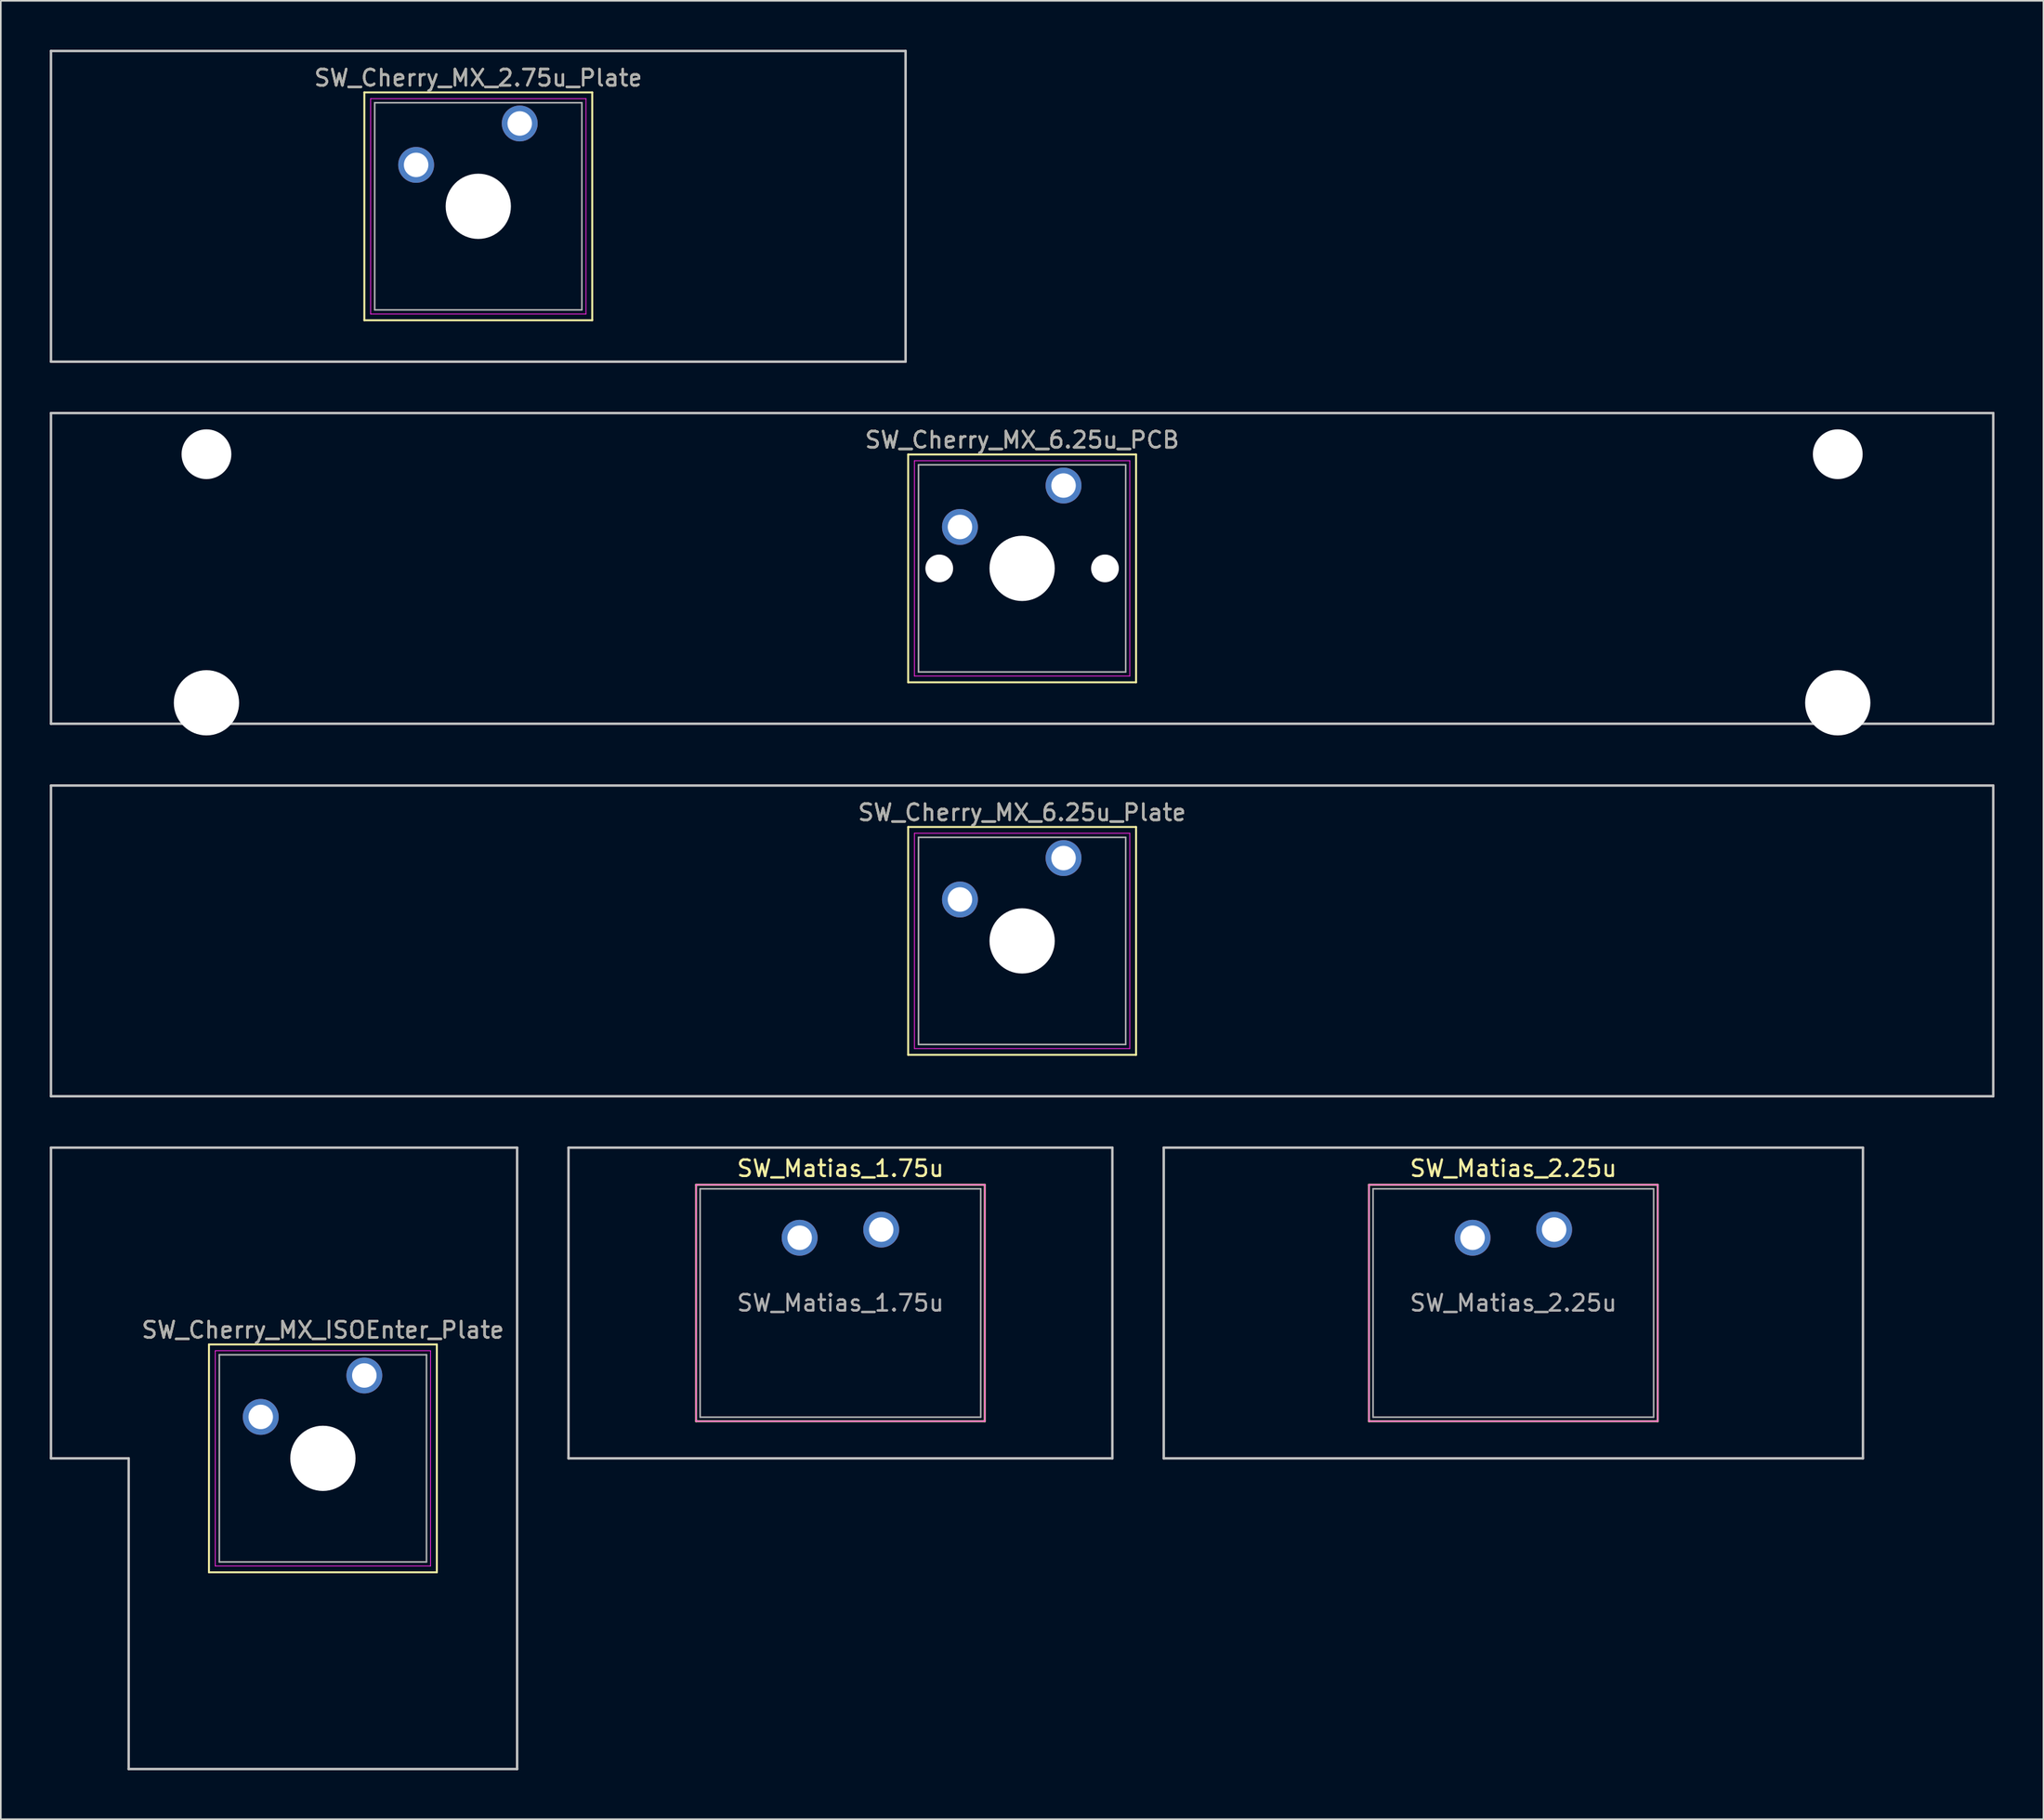
<source format=kicad_pcb>
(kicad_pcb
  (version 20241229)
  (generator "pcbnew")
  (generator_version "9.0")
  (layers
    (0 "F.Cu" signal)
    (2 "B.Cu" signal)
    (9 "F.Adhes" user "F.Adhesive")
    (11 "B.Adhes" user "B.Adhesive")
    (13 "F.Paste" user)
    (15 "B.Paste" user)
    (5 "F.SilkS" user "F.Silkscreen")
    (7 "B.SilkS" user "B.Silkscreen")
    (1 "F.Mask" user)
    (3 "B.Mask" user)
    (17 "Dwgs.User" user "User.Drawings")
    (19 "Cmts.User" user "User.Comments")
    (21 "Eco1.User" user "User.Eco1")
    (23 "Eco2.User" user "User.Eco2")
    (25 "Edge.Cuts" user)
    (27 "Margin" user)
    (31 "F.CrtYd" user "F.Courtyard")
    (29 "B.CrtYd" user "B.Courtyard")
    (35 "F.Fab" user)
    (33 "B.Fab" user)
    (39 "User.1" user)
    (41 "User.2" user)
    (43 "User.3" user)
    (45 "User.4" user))
  (footprint "SW_Cherry_MX_2.75u_Plate"
    (layer "F.Cu")
    (at 28.809 4.52)
    (property "Reference" "SW_Cherry_MX_2.75u_Plate" (at -2.54 -2.794 0) (layer "F.SilkS") (effects (font (size 1 1) (thickness 0.15))))
    (attr through_hole)
    (fp_line (start -9.525 -1.905) (end 4.445 -1.905) (stroke (width 0.12) (type solid)) (layer "F.SilkS"))
    (fp_line (start -9.525 12.065) (end -9.525 -1.905) (stroke (width 0.12) (type solid)) (layer "F.SilkS"))
    (fp_line (start 4.445 -1.905) (end 4.445 12.065) (stroke (width 0.12) (type solid)) (layer "F.SilkS"))
    (fp_line (start 4.445 12.065) (end -9.525 12.065) (stroke (width 0.12) (type solid)) (layer "F.SilkS"))
    (fp_line (start -28.734 -4.445) (end 23.654 -4.445) (stroke (width 0.15) (type solid)) (layer "Dwgs.User"))
    (fp_line (start -28.734 14.605) (end -28.734 -4.445) (stroke (width 0.15) (type solid)) (layer "Dwgs.User"))
    (fp_line (start 23.654 -4.445) (end 23.654 14.605) (stroke (width 0.15) (type solid)) (layer "Dwgs.User"))
    (fp_line (start 23.654 14.605) (end -28.734 14.605) (stroke (width 0.15) (type solid)) (layer "Dwgs.User"))
    (fp_line (start -9.14 -1.52) (end 4.06 -1.52) (stroke (width 0.05) (type solid)) (layer "F.CrtYd"))
    (fp_line (start -9.14 11.68) (end -9.14 -1.52) (stroke (width 0.05) (type solid)) (layer "F.CrtYd"))
    (fp_line (start 4.06 -1.52) (end 4.06 11.68) (stroke (width 0.05) (type solid)) (layer "F.CrtYd"))
    (fp_line (start 4.06 11.68) (end -9.14 11.68) (stroke (width 0.05) (type solid)) (layer "F.CrtYd"))
    (fp_line (start -8.89 -1.27) (end 3.81 -1.27) (stroke (width 0.1) (type solid)) (layer "F.Fab"))
    (fp_line (start -8.89 11.43) (end -8.89 -1.27) (stroke (width 0.1) (type solid)) (layer "F.Fab"))
    (fp_line (start 3.81 -1.27) (end 3.81 11.43) (stroke (width 0.1) (type solid)) (layer "F.Fab"))
    (fp_line (start 3.81 11.43) (end -8.89 11.43) (stroke (width 0.1) (type solid)) (layer "F.Fab"))
    (fp_text user "${REFERENCE}" (at -2.54 -2.794 0) (layer "F.Fab") (effects (font (size 1 1) (thickness 0.15))))
    (pad "" np_thru_hole circle (at -2.54 5.08) (size 4 4) (drill 4) (layers "*.Cu" "*.Mask"))
    (pad "1" thru_hole circle (at 0 0) (size 2.2 2.2) (drill 1.5) (layers "*.Cu" "*.Mask"))
    (pad "2" thru_hole circle (at -6.35 2.54) (size 2.2 2.2) (drill 1.5) (layers "*.Cu" "*.Mask")))
  (footprint "SW_Matias_1.75u"
    (layer "F.Cu")
    (at 50.969 72.34)
    (property "Reference" "SW_Matias_1.75u" (at -2.5 -3.75 0) (layer "F.SilkS") (effects (font (size 1 1) (thickness 0.15))))
    (attr through_hole)
    (fp_line (start -11.35 -2.75) (end 6.35 -2.75) (stroke (width 0.12) (type solid)) (layer "F.SilkS"))
    (fp_line (start -11.35 11.75) (end -11.35 -2.75) (stroke (width 0.12) (type solid)) (layer "F.SilkS"))
    (fp_line (start 6.35 -2.75) (end 6.35 11.75) (stroke (width 0.12) (type solid)) (layer "F.SilkS"))
    (fp_line (start 6.35 11.75) (end -11.35 11.75) (stroke (width 0.12) (type solid)) (layer "F.SilkS"))
    (fp_line (start -19.169 -5.025) (end 14.169 -5.025) (stroke (width 0.15) (type solid)) (layer "Dwgs.User"))
    (fp_line (start -19.169 14.025) (end -19.169 -5.025) (stroke (width 0.15) (type solid)) (layer "Dwgs.User"))
    (fp_line (start 14.169 -5.025) (end 14.169 14.025) (stroke (width 0.15) (type solid)) (layer "Dwgs.User"))
    (fp_line (start 14.169 14.025) (end -19.169 14.025) (stroke (width 0.15) (type solid)) (layer "Dwgs.User"))
    (fp_line (start -11.35 -2.75) (end -11.35 11.75) (stroke (width 0.05) (type solid)) (layer "F.CrtYd"))
    (fp_line (start -11.35 -2.75) (end 6.35 -2.75) (stroke (width 0.05) (type solid)) (layer "F.CrtYd"))
    (fp_line (start -11.35 11.75) (end 6.35 11.75) (stroke (width 0.05) (type solid)) (layer "F.CrtYd"))
    (fp_line (start 6.35 11.75) (end 6.35 -2.75) (stroke (width 0.05) (type solid)) (layer "F.CrtYd"))
    (fp_line (start -11.1 -2.5) (end 6.1 -2.5) (stroke (width 0.1) (type solid)) (layer "F.Fab"))
    (fp_line (start -11.1 11.5) (end -11.1 -2.5) (stroke (width 0.1) (type solid)) (layer "F.Fab"))
    (fp_line (start 6.1 -2.5) (end 6.1 11.5) (stroke (width 0.1) (type solid)) (layer "F.Fab"))
    (fp_line (start 6.1 11.5) (end -11.1 11.5) (stroke (width 0.1) (type solid)) (layer "F.Fab"))
    (fp_text user "${REFERENCE}" (at -2.5 4.5 0) (layer "F.Fab") (effects (font (size 1 1) (thickness 0.15))))
    (pad "1" thru_hole circle (at 0 0) (size 2.2 2.2) (drill 1.5) (layers "*.Cu" "*.Mask"))
    (pad "2" thru_hole circle (at -5 0.5) (size 2.2 2.2) (drill 1.5) (layers "*.Cu" "*.Mask")))
  (footprint "SW_Cherry_MX_6.25u_Plate"
    (layer "F.Cu")
    (at 62.146 49.56)
    (property "Reference" "SW_Cherry_MX_6.25u_Plate" (at -2.54 -2.794 0) (layer "F.SilkS") (effects (font (size 1 1) (thickness 0.15))))
    (attr through_hole)
    (fp_line (start -9.525 -1.905) (end 4.445 -1.905) (stroke (width 0.12) (type solid)) (layer "F.SilkS"))
    (fp_line (start -9.525 12.065) (end -9.525 -1.905) (stroke (width 0.12) (type solid)) (layer "F.SilkS"))
    (fp_line (start 4.445 -1.905) (end 4.445 12.065) (stroke (width 0.12) (type solid)) (layer "F.SilkS"))
    (fp_line (start 4.445 12.065) (end -9.525 12.065) (stroke (width 0.12) (type solid)) (layer "F.SilkS"))
    (fp_line (start -62.071 -4.445) (end 56.991 -4.445) (stroke (width 0.15) (type solid)) (layer "Dwgs.User"))
    (fp_line (start -62.071 14.605) (end -62.071 -4.445) (stroke (width 0.15) (type solid)) (layer "Dwgs.User"))
    (fp_line (start 56.991 -4.445) (end 56.991 14.605) (stroke (width 0.15) (type solid)) (layer "Dwgs.User"))
    (fp_line (start 56.991 14.605) (end -62.071 14.605) (stroke (width 0.15) (type solid)) (layer "Dwgs.User"))
    (fp_line (start -9.14 -1.52) (end 4.06 -1.52) (stroke (width 0.05) (type solid)) (layer "F.CrtYd"))
    (fp_line (start -9.14 11.68) (end -9.14 -1.52) (stroke (width 0.05) (type solid)) (layer "F.CrtYd"))
    (fp_line (start 4.06 -1.52) (end 4.06 11.68) (stroke (width 0.05) (type solid)) (layer "F.CrtYd"))
    (fp_line (start 4.06 11.68) (end -9.14 11.68) (stroke (width 0.05) (type solid)) (layer "F.CrtYd"))
    (fp_line (start -8.89 -1.27) (end 3.81 -1.27) (stroke (width 0.1) (type solid)) (layer "F.Fab"))
    (fp_line (start -8.89 11.43) (end -8.89 -1.27) (stroke (width 0.1) (type solid)) (layer "F.Fab"))
    (fp_line (start 3.81 -1.27) (end 3.81 11.43) (stroke (width 0.1) (type solid)) (layer "F.Fab"))
    (fp_line (start 3.81 11.43) (end -8.89 11.43) (stroke (width 0.1) (type solid)) (layer "F.Fab"))
    (fp_text user "${REFERENCE}" (at -2.54 -2.794 0) (layer "F.Fab") (effects (font (size 1 1) (thickness 0.15))))
    (pad "" np_thru_hole circle (at -2.54 5.08) (size 4 4) (drill 4) (layers "*.Cu" "*.Mask"))
    (pad "1" thru_hole circle (at 0 0) (size 2.2 2.2) (drill 1.5) (layers "*.Cu" "*.Mask"))
    (pad "2" thru_hole circle (at -6.35 2.54) (size 2.2 2.2) (drill 1.5) (layers "*.Cu" "*.Mask")))
  (footprint "SW_Matias_2.25u"
    (layer "F.Cu")
    (at 92.219 72.34)
    (property "Reference" "SW_Matias_2.25u" (at -2.5 -3.75 0) (layer "F.SilkS") (effects (font (size 1 1) (thickness 0.15))))
    (attr through_hole)
    (fp_line (start -11.35 -2.75) (end 6.35 -2.75) (stroke (width 0.12) (type solid)) (layer "F.SilkS"))
    (fp_line (start -11.35 11.75) (end -11.35 -2.75) (stroke (width 0.12) (type solid)) (layer "F.SilkS"))
    (fp_line (start 6.35 -2.75) (end 6.35 11.75) (stroke (width 0.12) (type solid)) (layer "F.SilkS"))
    (fp_line (start 6.35 11.75) (end -11.35 11.75) (stroke (width 0.12) (type solid)) (layer "F.SilkS"))
    (fp_line (start -23.931 -5.025) (end 18.931 -5.025) (stroke (width 0.15) (type solid)) (layer "Dwgs.User"))
    (fp_line (start -23.931 14.025) (end -23.931 -5.025) (stroke (width 0.15) (type solid)) (layer "Dwgs.User"))
    (fp_line (start 18.931 -5.025) (end 18.931 14.025) (stroke (width 0.15) (type solid)) (layer "Dwgs.User"))
    (fp_line (start 18.931 14.025) (end -23.931 14.025) (stroke (width 0.15) (type solid)) (layer "Dwgs.User"))
    (fp_line (start -11.35 -2.75) (end -11.35 11.75) (stroke (width 0.05) (type solid)) (layer "F.CrtYd"))
    (fp_line (start -11.35 -2.75) (end 6.35 -2.75) (stroke (width 0.05) (type solid)) (layer "F.CrtYd"))
    (fp_line (start -11.35 11.75) (end 6.35 11.75) (stroke (width 0.05) (type solid)) (layer "F.CrtYd"))
    (fp_line (start 6.35 11.75) (end 6.35 -2.75) (stroke (width 0.05) (type solid)) (layer "F.CrtYd"))
    (fp_line (start -11.1 -2.5) (end 6.1 -2.5) (stroke (width 0.1) (type solid)) (layer "F.Fab"))
    (fp_line (start -11.1 11.5) (end -11.1 -2.5) (stroke (width 0.1) (type solid)) (layer "F.Fab"))
    (fp_line (start 6.1 -2.5) (end 6.1 11.5) (stroke (width 0.1) (type solid)) (layer "F.Fab"))
    (fp_line (start 6.1 11.5) (end -11.1 11.5) (stroke (width 0.1) (type solid)) (layer "F.Fab"))
    (fp_text user "${REFERENCE}" (at -2.5 4.5 0) (layer "F.Fab") (effects (font (size 1 1) (thickness 0.15))))
    (pad "1" thru_hole circle (at 0 0) (size 2.2 2.2) (drill 1.5) (layers "*.Cu" "*.Mask"))
    (pad "2" thru_hole circle (at -5 0.5) (size 2.2 2.2) (drill 1.5) (layers "*.Cu" "*.Mask")))
  (footprint "SW_Cherry_MX_ISOEnter_Plate"
    (layer "F.Cu")
    (at 19.284 81.285)
    (property "Reference" "SW_Cherry_MX_ISOEnter_Plate" (at -2.54 -2.794 0) (layer "F.SilkS") (effects (font (size 1 1) (thickness 0.15))))
    (attr through_hole)
    (fp_line (start -9.525 -1.905) (end 4.445 -1.905) (stroke (width 0.12) (type solid)) (layer "F.SilkS"))
    (fp_line (start -9.525 12.065) (end -9.525 -1.905) (stroke (width 0.12) (type solid)) (layer "F.SilkS"))
    (fp_line (start 4.445 -1.905) (end 4.445 12.065) (stroke (width 0.12) (type solid)) (layer "F.SilkS"))
    (fp_line (start 4.445 12.065) (end -9.525 12.065) (stroke (width 0.12) (type solid)) (layer "F.SilkS"))
    (fp_line (start -19.209 -13.97) (end 9.366 -13.97) (stroke (width 0.15) (type solid)) (layer "Dwgs.User"))
    (fp_line (start -19.209 5.08) (end -19.209 -13.97) (stroke (width 0.15) (type solid)) (layer "Dwgs.User"))
    (fp_line (start -14.446 5.08) (end -19.209 5.08) (stroke (width 0.15) (type solid)) (layer "Dwgs.User"))
    (fp_line (start -14.446 24.13) (end -14.446 5.08) (stroke (width 0.15) (type solid)) (layer "Dwgs.User"))
    (fp_line (start 9.366 -13.97) (end 9.366 24.13) (stroke (width 0.15) (type solid)) (layer "Dwgs.User"))
    (fp_line (start 9.366 24.13) (end -14.446 24.13) (stroke (width 0.15) (type solid)) (layer "Dwgs.User"))
    (fp_line (start -9.14 -1.52) (end 4.06 -1.52) (stroke (width 0.05) (type solid)) (layer "F.CrtYd"))
    (fp_line (start -9.14 11.68) (end -9.14 -1.52) (stroke (width 0.05) (type solid)) (layer "F.CrtYd"))
    (fp_line (start 4.06 -1.52) (end 4.06 11.68) (stroke (width 0.05) (type solid)) (layer "F.CrtYd"))
    (fp_line (start 4.06 11.68) (end -9.14 11.68) (stroke (width 0.05) (type solid)) (layer "F.CrtYd"))
    (fp_line (start -8.89 -1.27) (end 3.81 -1.27) (stroke (width 0.1) (type solid)) (layer "F.Fab"))
    (fp_line (start -8.89 11.43) (end -8.89 -1.27) (stroke (width 0.1) (type solid)) (layer "F.Fab"))
    (fp_line (start 3.81 -1.27) (end 3.81 11.43) (stroke (width 0.1) (type solid)) (layer "F.Fab"))
    (fp_line (start 3.81 11.43) (end -8.89 11.43) (stroke (width 0.1) (type solid)) (layer "F.Fab"))
    (fp_text user "${REFERENCE}" (at -2.54 -2.794 0) (layer "F.Fab") (effects (font (size 1 1) (thickness 0.15))))
    (pad "" np_thru_hole circle (at -2.54 5.08) (size 4 4) (drill 4) (layers "*.Cu" "*.Mask"))
    (pad "1" thru_hole circle (at 0 0) (size 2.2 2.2) (drill 1.5) (layers "*.Cu" "*.Mask"))
    (pad "2" thru_hole circle (at -6.35 2.54) (size 2.2 2.2) (drill 1.5) (layers "*.Cu" "*.Mask")))
  (footprint "SW_Cherry_MX_6.25u_PCB"
    (layer "F.Cu")
    (at 62.146 26.72)
    (property "Reference" "SW_Cherry_MX_6.25u_PCB" (at -2.54 -2.794 0) (layer "F.SilkS") (effects (font (size 1 1) (thickness 0.15))))
    (attr through_hole)
    (fp_line (start -9.525 -1.905) (end 4.445 -1.905) (stroke (width 0.12) (type solid)) (layer "F.SilkS"))
    (fp_line (start -9.525 12.065) (end -9.525 -1.905) (stroke (width 0.12) (type solid)) (layer "F.SilkS"))
    (fp_line (start 4.445 -1.905) (end 4.445 12.065) (stroke (width 0.12) (type solid)) (layer "F.SilkS"))
    (fp_line (start 4.445 12.065) (end -9.525 12.065) (stroke (width 0.12) (type solid)) (layer "F.SilkS"))
    (fp_line (start -62.071 -4.445) (end 56.991 -4.445) (stroke (width 0.15) (type solid)) (layer "Dwgs.User"))
    (fp_line (start -62.071 14.605) (end -62.071 -4.445) (stroke (width 0.15) (type solid)) (layer "Dwgs.User"))
    (fp_line (start 56.991 -4.445) (end 56.991 14.605) (stroke (width 0.15) (type solid)) (layer "Dwgs.User"))
    (fp_line (start 56.991 14.605) (end -62.071 14.605) (stroke (width 0.15) (type solid)) (layer "Dwgs.User"))
    (fp_line (start -9.14 -1.52) (end 4.06 -1.52) (stroke (width 0.05) (type solid)) (layer "F.CrtYd"))
    (fp_line (start -9.14 11.68) (end -9.14 -1.52) (stroke (width 0.05) (type solid)) (layer "F.CrtYd"))
    (fp_line (start 4.06 -1.52) (end 4.06 11.68) (stroke (width 0.05) (type solid)) (layer "F.CrtYd"))
    (fp_line (start 4.06 11.68) (end -9.14 11.68) (stroke (width 0.05) (type solid)) (layer "F.CrtYd"))
    (fp_line (start -8.89 -1.27) (end 3.81 -1.27) (stroke (width 0.1) (type solid)) (layer "F.Fab"))
    (fp_line (start -8.89 11.43) (end -8.89 -1.27) (stroke (width 0.1) (type solid)) (layer "F.Fab"))
    (fp_line (start 3.81 -1.27) (end 3.81 11.43) (stroke (width 0.1) (type solid)) (layer "F.Fab"))
    (fp_line (start 3.81 11.43) (end -8.89 11.43) (stroke (width 0.1) (type solid)) (layer "F.Fab"))
    (fp_text user "${REFERENCE}" (at -2.54 -2.794 0) (layer "F.Fab") (effects (font (size 1 1) (thickness 0.15))))
    (pad "" np_thru_hole circle (at -52.54 -1.92) (size 3.05 3.05) (drill 3.05) (layers "*.Cu" "*.Mask"))
    (pad "" np_thru_hole circle (at -52.54 13.32) (size 4 4) (drill 4) (layers "*.Cu" "*.Mask"))
    (pad "" np_thru_hole circle (at -7.62 5.08) (size 1.7 1.7) (drill 1.7) (layers "*.Cu" "*.Mask"))
    (pad "" np_thru_hole circle (at -2.54 5.08) (size 4 4) (drill 4) (layers "*.Cu" "*.Mask"))
    (pad "" np_thru_hole circle (at 2.54 5.08) (size 1.7 1.7) (drill 1.7) (layers "*.Cu" "*.Mask"))
    (pad "" np_thru_hole circle (at 47.46 -1.92) (size 3.05 3.05) (drill 3.05) (layers "*.Cu" "*.Mask"))
    (pad "" np_thru_hole circle (at 47.46 13.32) (size 4 4) (drill 4) (layers "*.Cu" "*.Mask"))
    (pad "1" thru_hole circle (at 0 0) (size 2.2 2.2) (drill 1.5) (layers "*.Cu" "*.Mask"))
    (pad "2" thru_hole circle (at -6.35 2.54) (size 2.2 2.2) (drill 1.5) (layers "*.Cu" "*.Mask")))
  (gr_rect
    (start -3 -3)
    (end 122.213 108.49)
    (stroke (width 0.1) (type default))
    (fill no)
    (layer "Edge.Cuts")))
</source>
